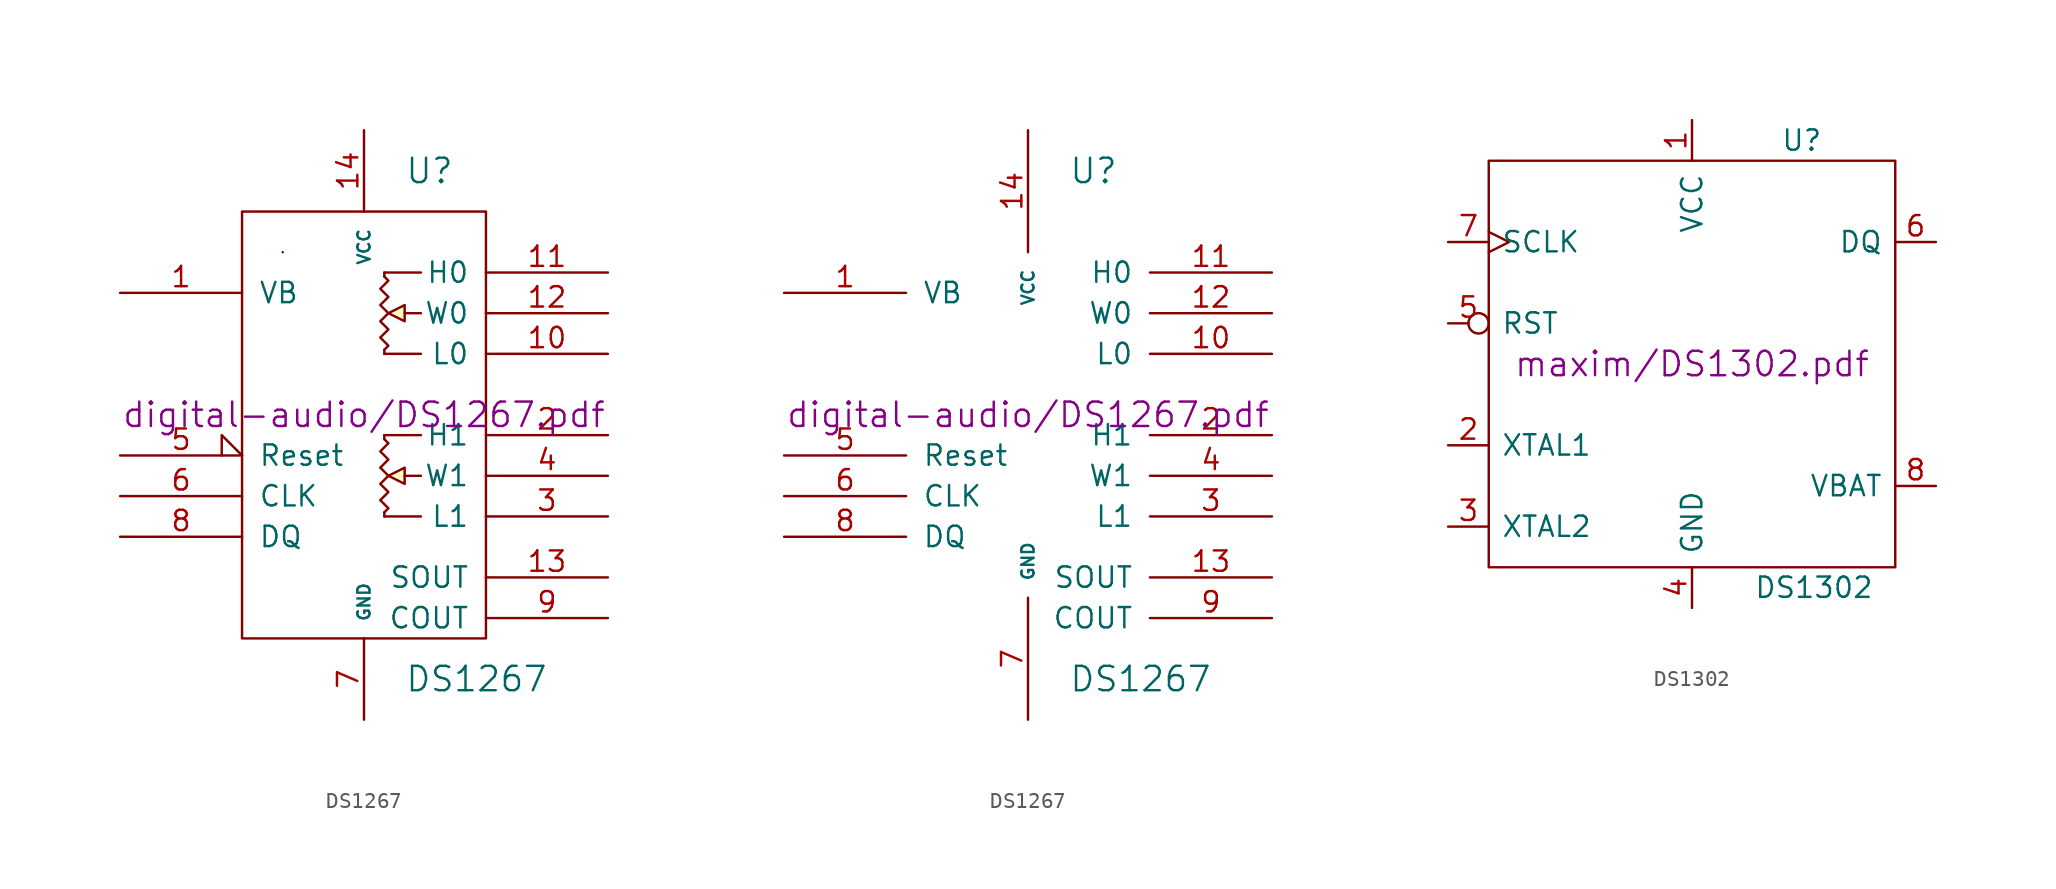
<source format=kicad_sym>
(kicad_symbol_lib
  (version 20211014)
  (generator kicad_symbol_editor)
  (symbol "DS1267"
    (pin_names
      (offset 1.016))
    (property "Reference" "U"
      (at 2.54 15.24 0)
      (effects (font (size 1.524 1.524)) (justify left)))
    (property "Value" "DS1267"
      (at 2.54 -16.51 0)
      (effects (font (size 1.524 1.524)) (justify left)))
    (property "Footprint" ""
      (at 0 0 0)
      (effects (font (size 1.524 1.524))))
    (property "Datasheet" "digital-audio/DS1267.pdf"
      (at 0 0 0)
      (effects (font (size 1.524 1.524))))
    (symbol "DS1267_0_1"
      (rectangle (start -7.62 12.7) (end 7.62 -13.97) (stroke (width 0) (type default) (color 0 0 0 0)) (fill (type none)))
      (rectangle (start -5.08 10.16) (end -5.08 10.16) (stroke (width 0) (type default) (color 0 0 0 0)) (fill (type none)))
      (polyline (pts (xy 1.27 -6.35) (xy 1.27 -6.096) (xy 1.27 -6.096)) (stroke (width 0) (type default) (color 0 0 0 0)) (fill (type none)))
      (polyline (pts (xy 1.27 -6.35) (xy 3.556 -6.35) (xy 3.556 -6.35)) (stroke (width 0) (type default) (color 0 0 0 0)) (fill (type none)))
      (polyline (pts (xy 1.27 -1.27) (xy 1.27 -1.524) (xy 1.27 -1.524)) (stroke (width 0) (type default) (color 0 0 0 0)) (fill (type none)))
      (polyline (pts (xy 1.27 -1.27) (xy 3.556 -1.27) (xy 3.556 -1.27)) (stroke (width 0) (type default) (color 0 0 0 0)) (fill (type none)))
      (polyline (pts (xy 1.27 3.81) (xy 1.27 4.064) (xy 1.27 4.064)) (stroke (width 0) (type default) (color 0 0 0 0)) (fill (type background)))
      (polyline (pts (xy 1.27 3.81) (xy 3.556 3.81) (xy 3.556 3.81)) (stroke (width 0) (type default) (color 0 0 0 0)) (fill (type background)))
      (polyline (pts (xy 1.27 8.89) (xy 1.27 8.636) (xy 1.27 8.636)) (stroke (width 0) (type default) (color 0 0 0 0)) (fill (type none)))
      (polyline (pts (xy 1.27 8.89) (xy 3.556 8.89) (xy 3.556 8.89)) (stroke (width 0) (type default) (color 0 0 0 0)) (fill (type background)))
      (polyline (pts (xy 2.54 6.35) (xy 3.556 6.35) (xy 3.556 6.35)) (stroke (width 0) (type default) (color 0 0 0 0)) (fill (type none)))
      (polyline (pts (xy 3.556 -3.81) (xy 2.54 -3.81) (xy 2.54 -3.81)) (stroke (width 0) (type default) (color 0 0 0 0)) (fill (type none)))
      (polyline (pts (xy 2.54 -3.302) (xy 2.54 -4.318) (xy 1.524 -3.81) (xy 2.54 -3.302) (xy 2.54 -3.302)) (stroke (width 0) (type default) (color 0 0 0 0)) (fill (type background)))
      (polyline (pts (xy 2.54 6.858) (xy 2.54 5.842) (xy 1.524 6.35) (xy 2.54 6.858) (xy 2.54 6.858)) (stroke (width 0) (type default) (color 0 0 0 0)) (fill (type background)))
      (polyline (pts (xy 1.27 -1.524) (xy 1.524 -1.778) (xy 1.016 -2.286) (xy 1.524 -2.794) (xy 1.016 -3.302) (xy 1.524 -3.81) (xy 1.016 -4.318) (xy 1.524 -4.826) (xy 1.016 -5.334) (xy 1.524 -5.842) (xy 1.27 -6.096) (xy 1.27 -6.096)) (stroke (width 0) (type default) (color 0 0 0 0)) (fill (type none)))
      (polyline (pts (xy 1.27 8.636) (xy 1.524 8.382) (xy 1.016 7.874) (xy 1.524 7.366) (xy 1.016 6.858) (xy 1.524 6.35) (xy 1.016 5.842) (xy 1.524 5.334) (xy 1.016 4.826) (xy 1.524 4.318) (xy 1.27 4.064) (xy 1.27 4.064)) (stroke (width 0) (type default) (color 0 0 0 0)) (fill (type none))))
    (symbol "DS1267_1_1"
      (pin power_in line (at -15.24 7.62 0) (length 7.62) (name "VB" (effects (font (size 1.27 1.27)))) (number "1" (effects (font (size 1.27 1.27)))))
      (pin passive line (at 15.24 3.81 180) (length 7.62) (name "L0" (effects (font (size 1.27 1.27)))) (number "10" (effects (font (size 1.27 1.27)))))
      (pin passive line (at 15.24 8.89 180) (length 7.62) (name "H0" (effects (font (size 1.27 1.27)))) (number "11" (effects (font (size 1.27 1.27)))))
      (pin passive line (at 15.24 6.35 180) (length 7.62) (name "W0" (effects (font (size 1.27 1.27)))) (number "12" (effects (font (size 1.27 1.27)))))
      (pin output line (at 15.24 -10.16 180) (length 7.62) (name "SOUT" (effects (font (size 1.27 1.27)))) (number "13" (effects (font (size 1.27 1.27)))))
      (pin power_in line (at 0 17.78 270) (length 5.08) (name "VCC" (effects (font (size 0.762 0.762)))) (number "14" (effects (font (size 1.27 1.27)))))
      (pin passive line (at 15.24 -1.27 180) (length 7.62) (name "H1" (effects (font (size 1.27 1.27)))) (number "2" (effects (font (size 1.27 1.27)))))
      (pin passive line (at 15.24 -6.35 180) (length 7.62) (name "L1" (effects (font (size 1.27 1.27)))) (number "3" (effects (font (size 1.27 1.27)))))
      (pin passive line (at 15.24 -3.81 180) (length 7.62) (name "W1" (effects (font (size 1.27 1.27)))) (number "4" (effects (font (size 1.27 1.27)))))
      (pin input input_low (at -15.24 -2.54 0) (length 7.62) (name "Reset" (effects (font (size 1.27 1.27)))) (number "5" (effects (font (size 1.27 1.27)))))
      (pin input line (at -15.24 -5.08 0) (length 7.62) (name "CLK" (effects (font (size 1.27 1.27)))) (number "6" (effects (font (size 1.27 1.27)))))
      (pin power_in line (at 0 -19.05 90) (length 5.08) (name "GND" (effects (font (size 0.762 0.762)))) (number "7" (effects (font (size 1.27 1.27)))))
      (pin input line (at -15.24 -7.62 0) (length 7.62) (name "DQ" (effects (font (size 1.27 1.27)))) (number "8" (effects (font (size 1.27 1.27)))))
      (pin output line (at 15.24 -12.7 180) (length 7.62) (name "COUT" (effects (font (size 1.27 1.27)))) (number "9" (effects (font (size 1.27 1.27))))))
    (symbol "DS1267_1_2"
      (pin power_in line (at -15.24 7.62 0) (length 7.62) (name "VB" (effects (font (size 1.27 1.27)))) (number "1" (effects (font (size 1.27 1.27)))))
      (pin passive line (at 15.24 3.81 180) (length 7.62) (name "L0" (effects (font (size 1.27 1.27)))) (number "10" (effects (font (size 1.27 1.27)))))
      (pin passive line (at 15.24 8.89 180) (length 7.62) (name "H0" (effects (font (size 1.27 1.27)))) (number "11" (effects (font (size 1.27 1.27)))))
      (pin passive line (at 15.24 6.35 180) (length 7.62) (name "W0" (effects (font (size 1.27 1.27)))) (number "12" (effects (font (size 1.27 1.27)))))
      (pin output line (at 15.24 -10.16 180) (length 7.62) (name "SOUT" (effects (font (size 1.27 1.27)))) (number "13" (effects (font (size 1.27 1.27)))))
      (pin power_in line (at 0 17.78 270) (length 7.62) (name "VCC" (effects (font (size 0.762 0.762)))) (number "14" (effects (font (size 1.27 1.27)))))
      (pin passive line (at 15.24 -1.27 180) (length 7.62) (name "H1" (effects (font (size 1.27 1.27)))) (number "2" (effects (font (size 1.27 1.27)))))
      (pin passive line (at 15.24 -6.35 180) (length 7.62) (name "L1" (effects (font (size 1.27 1.27)))) (number "3" (effects (font (size 1.27 1.27)))))
      (pin passive line (at 15.24 -3.81 180) (length 7.62) (name "W1" (effects (font (size 1.27 1.27)))) (number "4" (effects (font (size 1.27 1.27)))))
      (pin input line (at -15.24 -2.54 0) (length 7.62) (name "Reset" (effects (font (size 1.27 1.27)))) (number "5" (effects (font (size 1.27 1.27)))))
      (pin input line (at -15.24 -5.08 0) (length 7.62) (name "CLK" (effects (font (size 1.27 1.27)))) (number "6" (effects (font (size 1.27 1.27)))))
      (pin power_in line (at 0 -19.05 90) (length 7.62) (name "GND" (effects (font (size 0.762 0.762)))) (number "7" (effects (font (size 1.27 1.27)))))
      (pin input line (at -15.24 -7.62 0) (length 7.62) (name "DQ" (effects (font (size 1.27 1.27)))) (number "8" (effects (font (size 1.27 1.27)))))
      (pin output line (at 15.24 -12.7 180) (length 7.62) (name "COUT" (effects (font (size 1.27 1.27)))) (number "9" (effects (font (size 1.27 1.27)))))))
  (symbol "DS1302"
    (pin_names
      (offset 0.762))
    (property "Reference" "U"
      (at 6.858 13.97 0)
      (effects (font (size 1.27 1.27))))
    (property "Value" "DS1302"
      (at 7.62 -13.97 0)
      (effects (font (size 1.27 1.27))))
    (property "Footprint" ""
      (at 0 0 0)
      (effects (font (size 1.524 1.524))))
    (property "Datasheet" "maxim/DS1302.pdf"
      (at 0 0 0)
      (effects (font (size 1.524 1.524))))
    (symbol "DS1302_0_1"
      (rectangle (start -12.7 12.7) (end 12.7 -12.7) (stroke (width 0) (type default) (color 0 0 0 0)) (fill (type none))))
    (symbol "DS1302_1_1"
      (pin power_in line (at 0 15.24 270) (length 2.54) (name "VCC" (effects (font (size 1.27 1.27)))) (number "1" (effects (font (size 1.27 1.27)))))
      (pin input line (at -15.24 -5.08 0) (length 2.54) (name "XTAL1" (effects (font (size 1.27 1.27)))) (number "2" (effects (font (size 1.27 1.27)))))
      (pin input line (at -15.24 -10.16 0) (length 2.54) (name "XTAL2" (effects (font (size 1.27 1.27)))) (number "3" (effects (font (size 1.27 1.27)))))
      (pin power_in line (at 0 -15.24 90) (length 2.54) (name "GND" (effects (font (size 1.27 1.27)))) (number "4" (effects (font (size 1.27 1.27)))))
      (pin input inverted (at -15.24 2.54 0) (length 2.54) (name "RST" (effects (font (size 1.27 1.27)))) (number "5" (effects (font (size 1.27 1.27)))))
      (pin bidirectional line (at 15.24 7.62 180) (length 2.54) (name "DQ" (effects (font (size 1.27 1.27)))) (number "6" (effects (font (size 1.27 1.27)))))
      (pin input clock (at -15.24 7.62 0) (length 2.54) (name "SCLK" (effects (font (size 1.27 1.27)))) (number "7" (effects (font (size 1.27 1.27)))))
      (pin input line (at 15.24 -7.62 180) (length 2.54) (name "VBAT" (effects (font (size 1.27 1.27)))) (number "8" (effects (font (size 1.27 1.27))))))))
</source>
